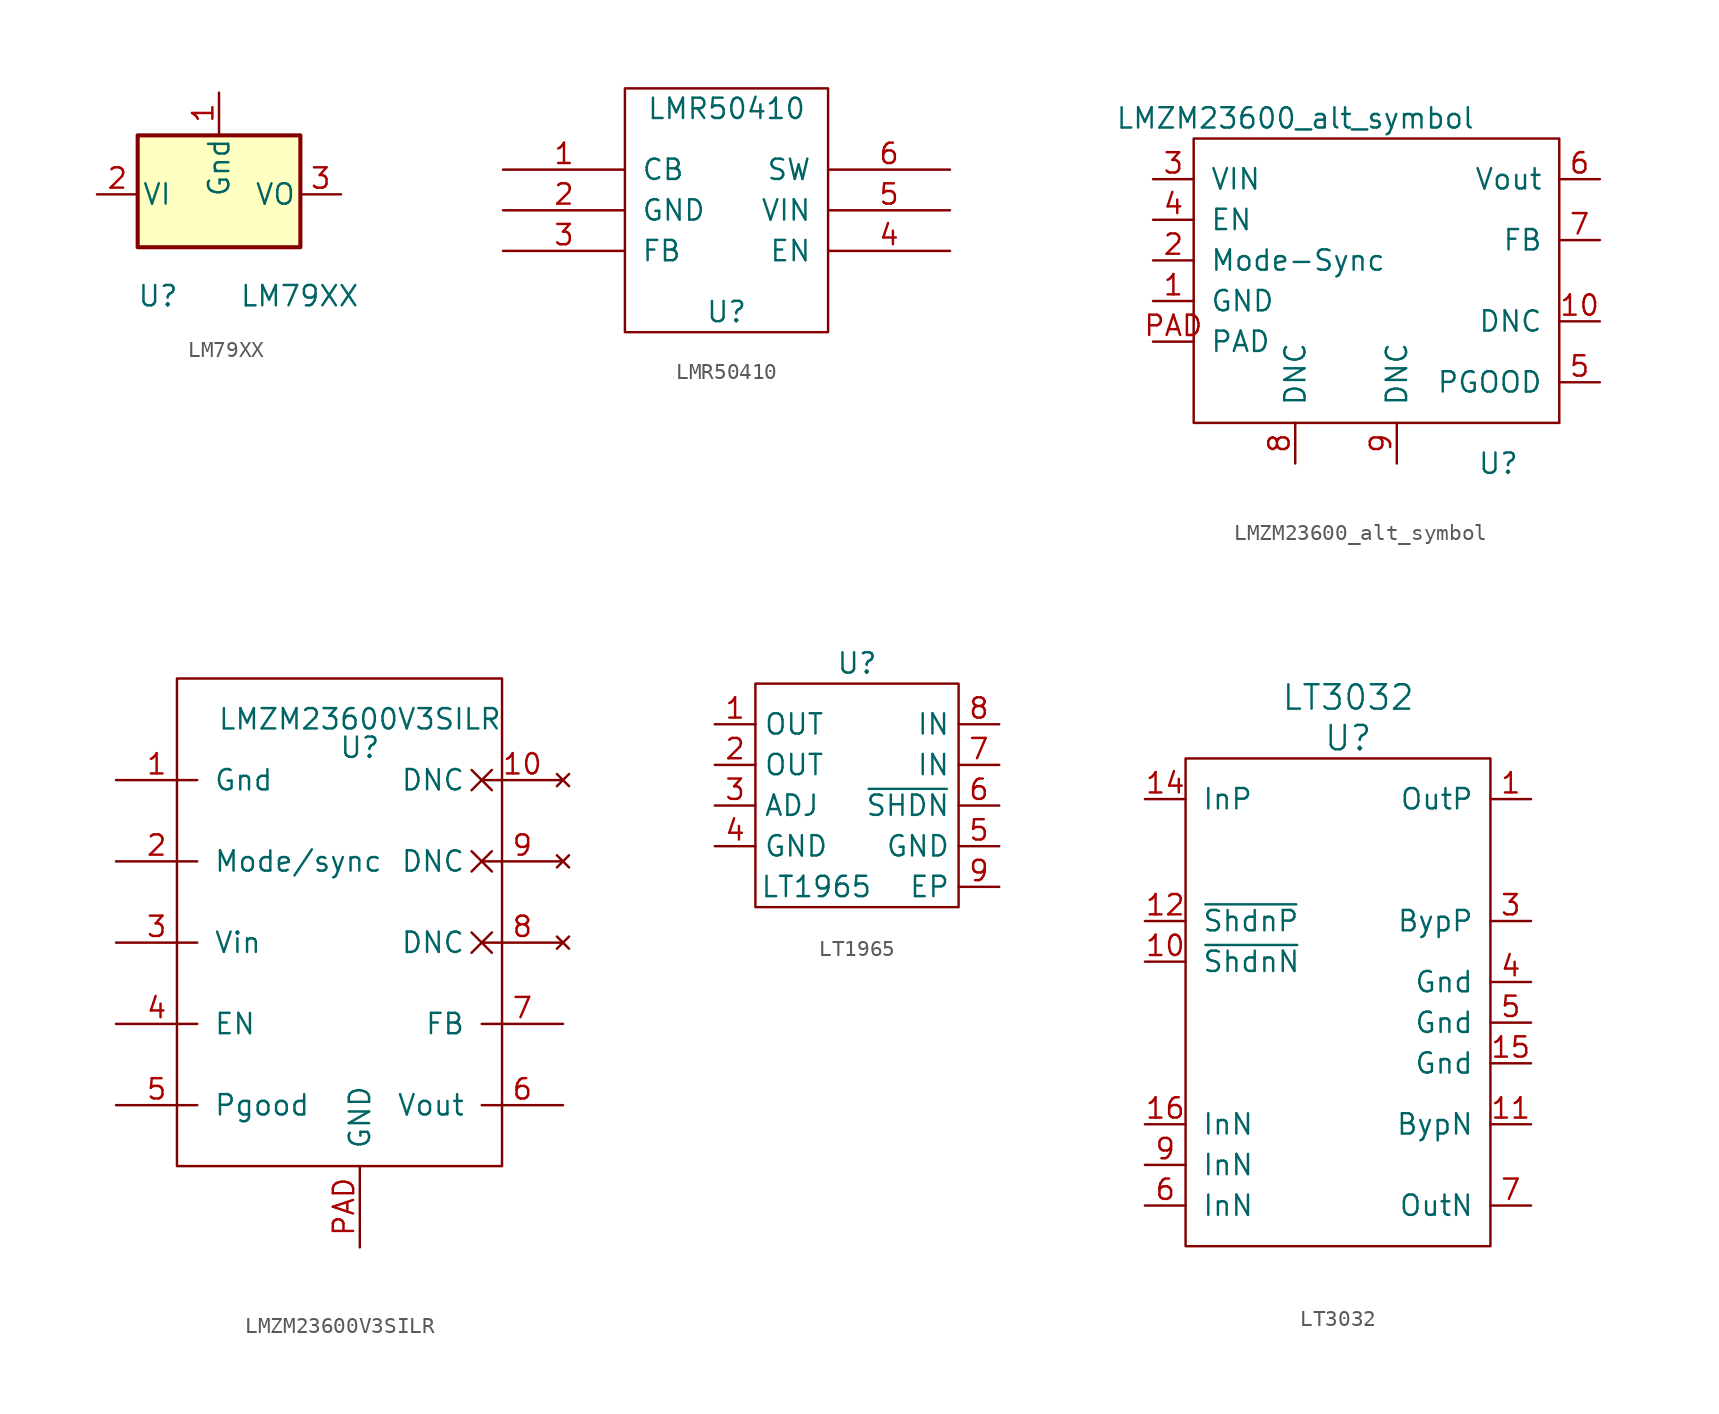
<source format=kicad_sym>
(kicad_symbol_lib
  (version 20211014)
  (generator kicad_symbol_editor)
  (symbol "LM79XX"
    (pin_names
      (offset 0.254))
    (property "Reference" "U"
      (at -3.81 -6.35 0)
      (effects (font (size 1.27 1.27))))
    (property "Value" "LM79XX"
      (at 1.27 -6.35 0)
      (effects (font (size 1.27 1.27)) (justify left)))
    (symbol "LM79XX_0_1"
      (rectangle (start -5.08 3.683) (end 5.08 -3.302) (stroke (width 0.254) (type default) (color 0 0 0 0)) (fill (type background))))
    (symbol "LM79XX_1_1"
      (pin input line (at 0 6.35 270) (length 2.54) (name "Gnd" (effects (font (size 1.27 1.27)))) (number "1" (effects (font (size 1.27 1.27)))))
      (pin power_in line (at -7.62 0 0) (length 2.54) (name "VI" (effects (font (size 1.27 1.27)))) (number "2" (effects (font (size 1.27 1.27)))))
      (pin power_out line (at 7.62 0 180) (length 2.54) (name "VO" (effects (font (size 1.27 1.27)))) (number "3" (effects (font (size 1.27 1.27)))))))
  (symbol "LMR50410"
    (pin_names
      (offset 1.016))
    (property "Reference" "U"
      (at 0 -6.35 0)
      (effects (font (size 1.27 1.27))))
    (property "Value" "LMR50410"
      (at 0 6.35 0)
      (effects (font (size 1.27 1.27))))
    (symbol "LMR50410_1_0"
      (rectangle (start -6.35 -7.62) (end 6.35 7.62) (stroke (width 0) (type default) (color 0 0 0 0)) (fill (type none))))
    (symbol "LMR50410_1_1"
      (pin bidirectional line (at -13.97 2.54 0) (length 7.62) (name "CB" (effects (font (size 1.27 1.27)))) (number "1" (effects (font (size 1.27 1.27)))))
      (pin power_in line (at -13.97 0 0) (length 7.62) (name "GND" (effects (font (size 1.27 1.27)))) (number "2" (effects (font (size 1.27 1.27)))))
      (pin input line (at -13.97 -2.54 0) (length 7.62) (name "FB" (effects (font (size 1.27 1.27)))) (number "3" (effects (font (size 1.27 1.27)))))
      (pin input line (at 13.97 -2.54 180) (length 7.62) (name "EN" (effects (font (size 1.27 1.27)))) (number "4" (effects (font (size 1.27 1.27)))))
      (pin power_in line (at 13.97 0 180) (length 7.62) (name "VIN" (effects (font (size 1.27 1.27)))) (number "5" (effects (font (size 1.27 1.27)))))
      (pin power_out line (at 13.97 2.54 180) (length 7.62) (name "SW" (effects (font (size 1.27 1.27)))) (number "6" (effects (font (size 1.27 1.27)))))))
  (symbol "LMZM23600_alt_symbol"
    (pin_names
      (offset 1.016))
    (property "Reference" "U"
      (at 13.97 -11.43 0)
      (effects (font (size 1.27 1.27))))
    (property "Value" "LMZM23600_alt_symbol"
      (at 1.27 10.16 0)
      (effects (font (size 1.27 1.27))))
    (symbol "LMZM23600_alt_symbol_0_1"
      (rectangle (start -5.08 8.89) (end 17.78 -8.89) (stroke (width 0) (type default) (color 0 0 0 0)) (fill (type none)))
      (rectangle (start 17.78 -8.89) (end 17.78 -8.89) (stroke (width 0) (type default) (color 0 0 0 0)) (fill (type none))))
    (symbol "LMZM23600_alt_symbol_1_1"
      (pin input line (at -7.62 -1.27 0) (length 2.54) (name "GND" (effects (font (size 1.27 1.27)))) (number "1" (effects (font (size 1.27 1.27)))))
      (pin input line (at 20.32 -2.54 180) (length 2.54) (name "DNC" (effects (font (size 1.27 1.27)))) (number "10" (effects (font (size 1.27 1.27)))))
      (pin input line (at -7.62 1.27 0) (length 2.54) (name "Mode-Sync" (effects (font (size 1.27 1.27)))) (number "2" (effects (font (size 1.27 1.27)))))
      (pin input line (at -7.62 6.35 0) (length 2.54) (name "VIN" (effects (font (size 1.27 1.27)))) (number "3" (effects (font (size 1.27 1.27)))))
      (pin input line (at -7.62 3.81 0) (length 2.54) (name "EN" (effects (font (size 1.27 1.27)))) (number "4" (effects (font (size 1.27 1.27)))))
      (pin input line (at 20.32 -6.35 180) (length 2.54) (name "PGOOD" (effects (font (size 1.27 1.27)))) (number "5" (effects (font (size 1.27 1.27)))))
      (pin input line (at 20.32 6.35 180) (length 2.54) (name "Vout" (effects (font (size 1.27 1.27)))) (number "6" (effects (font (size 1.27 1.27)))))
      (pin input line (at 20.32 2.54 180) (length 2.54) (name "FB" (effects (font (size 1.27 1.27)))) (number "7" (effects (font (size 1.27 1.27)))))
      (pin input line (at 1.27 -11.43 90) (length 2.54) (name "DNC" (effects (font (size 1.27 1.27)))) (number "8" (effects (font (size 1.27 1.27)))))
      (pin input line (at 7.62 -11.43 90) (length 2.54) (name "DNC" (effects (font (size 1.27 1.27)))) (number "9" (effects (font (size 1.27 1.27)))))
      (pin input line (at -7.62 -3.81 0) (length 2.54) (name "PAD" (effects (font (size 1.27 1.27)))) (number "PAD" (effects (font (size 1.27 1.27)))))))
  (symbol "LMZM23600V3SILR"
    (pin_names
      (offset 1.016))
    (property "Reference" "U"
      (at 0 12.192 0)
      (effects (font (size 1.27 1.27))))
    (property "Value" "LMZM23600V3SILR"
      (at 0 13.97 0)
      (effects (font (size 1.27 1.27))))
    (symbol "LMZM23600V3SILR_0_1"
      (rectangle (start -11.43 16.51) (end 8.89 -13.97) (stroke (width 0) (type default) (color 0 0 0 0)) (fill (type none))))
    (symbol "LMZM23600V3SILR_1_1"
      (pin power_in line (at -15.24 10.16 0) (length 5.08) (name "Gnd" (effects (font (size 1.27 1.27)))) (number "1" (effects (font (size 1.27 1.27)))))
      (pin no_connect non_logic (at 12.7 10.16 180) (length 5.08) (name "DNC" (effects (font (size 1.27 1.27)))) (number "10" (effects (font (size 1.27 1.27)))))
      (pin input line (at -15.24 5.08 0) (length 5.08) (name "Mode/sync" (effects (font (size 1.27 1.27)))) (number "2" (effects (font (size 1.27 1.27)))))
      (pin power_in line (at -15.24 0 0) (length 5.08) (name "Vin" (effects (font (size 1.27 1.27)))) (number "3" (effects (font (size 1.27 1.27)))))
      (pin input line (at -15.24 -5.08 0) (length 5.08) (name "EN" (effects (font (size 1.27 1.27)))) (number "4" (effects (font (size 1.27 1.27)))))
      (pin output line (at -15.24 -10.16 0) (length 5.08) (name "Pgood" (effects (font (size 1.27 1.27)))) (number "5" (effects (font (size 1.27 1.27)))))
      (pin power_out line (at 12.7 -10.16 180) (length 5.08) (name "Vout" (effects (font (size 1.27 1.27)))) (number "6" (effects (font (size 1.27 1.27)))))
      (pin input line (at 12.7 -5.08 180) (length 5.08) (name "FB" (effects (font (size 1.27 1.27)))) (number "7" (effects (font (size 1.27 1.27)))))
      (pin no_connect non_logic (at 12.7 0 180) (length 5.08) (name "DNC" (effects (font (size 1.27 1.27)))) (number "8" (effects (font (size 1.27 1.27)))))
      (pin no_connect non_logic (at 12.7 5.08 180) (length 5.08) (name "DNC" (effects (font (size 1.27 1.27)))) (number "9" (effects (font (size 1.27 1.27)))))
      (pin power_out line (at 0 -19.05 90) (length 5.08) (name "GND" (effects (font (size 1.27 1.27)))) (number "PAD" (effects (font (size 1.27 1.27)))))))
  (symbol "LT1965"
    (property "Reference" "U"
      (at 0 7.62 0)
      (effects (font (size 1.27 1.27))))
    (property "Value" "LT1965"
      (at -2.54 -6.35 0)
      (effects (font (size 1.27 1.27))))
    (symbol "LT1965_0_1"
      (rectangle (start -6.35 6.35) (end 6.35 -7.62) (stroke (width 0) (type default) (color 0 0 0 0)) (fill (type none))))
    (symbol "LT1965_1_1"
      (pin power_out line (at -8.89 3.81 0) (length 2.54) (name "OUT" (effects (font (size 1.27 1.27)))) (number "1" (effects (font (size 1.27 1.27)))))
      (pin power_out line (at -8.89 1.27 0) (length 2.54) (name "OUT" (effects (font (size 1.27 1.27)))) (number "2" (effects (font (size 1.27 1.27)))))
      (pin input line (at -8.89 -1.27 0) (length 2.54) (name "ADJ" (effects (font (size 1.27 1.27)))) (number "3" (effects (font (size 1.27 1.27)))))
      (pin bidirectional line (at -8.89 -3.81 0) (length 2.54) (name "GND" (effects (font (size 1.27 1.27)))) (number "4" (effects (font (size 1.27 1.27)))))
      (pin bidirectional line (at 8.89 -3.81 180) (length 2.54) (name "GND" (effects (font (size 1.27 1.27)))) (number "5" (effects (font (size 1.27 1.27)))))
      (pin input line (at 8.89 -1.27 180) (length 2.54) (name "~{SHDN}" (effects (font (size 1.27 1.27)))) (number "6" (effects (font (size 1.27 1.27)))))
      (pin power_in line (at 8.89 1.27 180) (length 2.54) (name "IN" (effects (font (size 1.27 1.27)))) (number "7" (effects (font (size 1.27 1.27)))))
      (pin power_in line (at 8.89 3.81 180) (length 2.54) (name "IN" (effects (font (size 1.27 1.27)))) (number "8" (effects (font (size 1.27 1.27)))))
      (pin passive line (at 8.89 -6.35 180) (length 2.54) (name "EP" (effects (font (size 1.27 1.27)))) (number "9" (effects (font (size 1.27 1.27)))))))
  (symbol "LT3032"
    (pin_names
      (offset 1.016))
    (property "Reference" "U"
      (at 0 16.51 0)
      (effects (font (size 1.524 1.524))))
    (property "Value" "LT3032"
      (at 0 19.05 0)
      (effects (font (size 1.524 1.524))))
    (symbol "LT3032_0_1"
      (rectangle (start -10.16 15.24) (end 8.89 -15.24) (stroke (width 0) (type default) (color 0 0 0 0)) (fill (type none))))
    (symbol "LT3032_1_1"
      (pin passive line (at 11.43 12.7 180) (length 2.54) (name "OutP" (effects (font (size 1.27 1.27)))) (number "1" (effects (font (size 1.27 1.27)))))
      (pin bidirectional line (at -12.7 2.54 0) (length 2.54) (name "~{ShdnN}" (effects (font (size 1.27 1.27)))) (number "10" (effects (font (size 1.27 1.27)))))
      (pin bidirectional line (at 11.43 -7.62 180) (length 2.54) (name "BypN" (effects (font (size 1.27 1.27)))) (number "11" (effects (font (size 1.27 1.27)))))
      (pin bidirectional line (at -12.7 5.08 0) (length 2.54) (name "~{ShdnP}" (effects (font (size 1.27 1.27)))) (number "12" (effects (font (size 1.27 1.27)))))
      (pin bidirectional line (at -12.7 12.7 0) (length 2.54) (name "InP" (effects (font (size 1.27 1.27)))) (number "14" (effects (font (size 1.27 1.27)))))
      (pin bidirectional line (at 11.43 -3.81 180) (length 2.54) (name "Gnd" (effects (font (size 1.27 1.27)))) (number "15" (effects (font (size 1.27 1.27)))))
      (pin bidirectional line (at -12.7 -7.62 0) (length 2.54) (name "InN" (effects (font (size 1.27 1.27)))) (number "16" (effects (font (size 1.27 1.27)))))
      (pin bidirectional line (at 11.43 5.08 180) (length 2.54) (name "BypP" (effects (font (size 1.27 1.27)))) (number "3" (effects (font (size 1.27 1.27)))))
      (pin bidirectional line (at 11.43 1.27 180) (length 2.54) (name "Gnd" (effects (font (size 1.27 1.27)))) (number "4" (effects (font (size 1.27 1.27)))))
      (pin bidirectional line (at 11.43 -1.27 180) (length 2.54) (name "Gnd" (effects (font (size 1.27 1.27)))) (number "5" (effects (font (size 1.27 1.27)))))
      (pin bidirectional line (at -12.7 -12.7 0) (length 2.54) (name "InN" (effects (font (size 1.27 1.27)))) (number "6" (effects (font (size 1.27 1.27)))))
      (pin bidirectional line (at 11.43 -12.7 180) (length 2.54) (name "OutN" (effects (font (size 1.27 1.27)))) (number "7" (effects (font (size 1.27 1.27)))))
      (pin bidirectional line (at -12.7 -10.16 0) (length 2.54) (name "InN" (effects (font (size 1.27 1.27)))) (number "9" (effects (font (size 1.27 1.27))))))))
</source>
